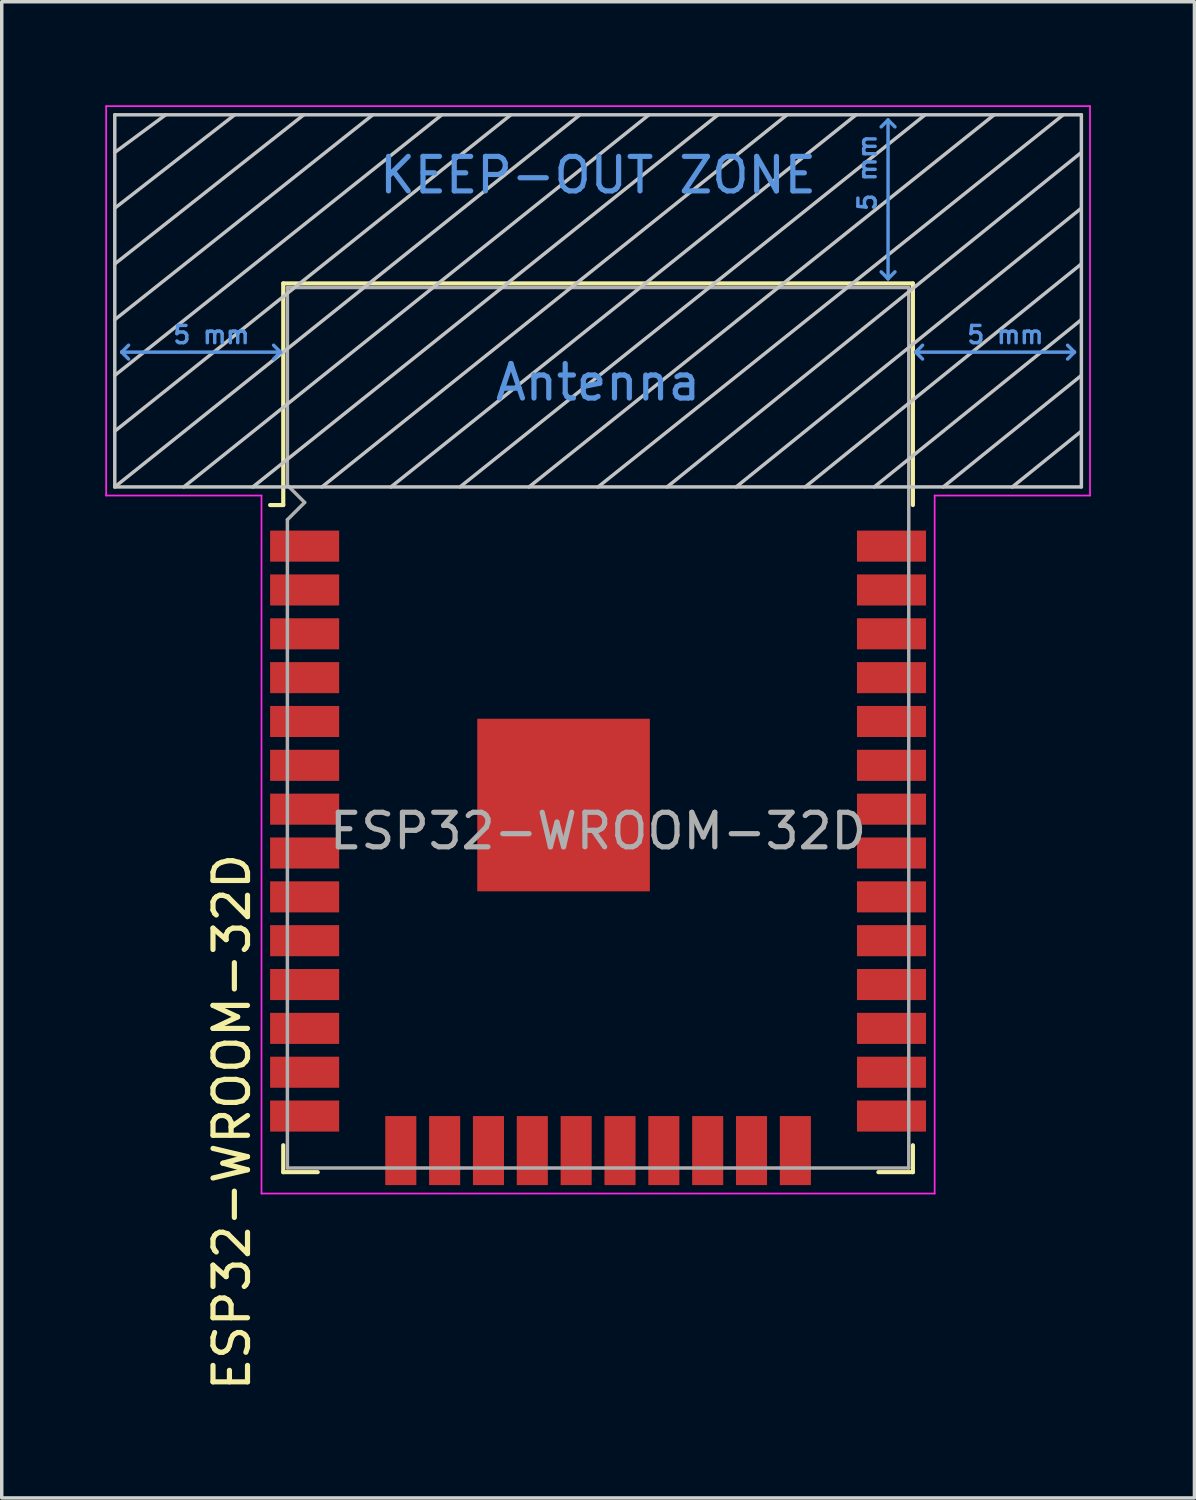
<source format=kicad_pcb>
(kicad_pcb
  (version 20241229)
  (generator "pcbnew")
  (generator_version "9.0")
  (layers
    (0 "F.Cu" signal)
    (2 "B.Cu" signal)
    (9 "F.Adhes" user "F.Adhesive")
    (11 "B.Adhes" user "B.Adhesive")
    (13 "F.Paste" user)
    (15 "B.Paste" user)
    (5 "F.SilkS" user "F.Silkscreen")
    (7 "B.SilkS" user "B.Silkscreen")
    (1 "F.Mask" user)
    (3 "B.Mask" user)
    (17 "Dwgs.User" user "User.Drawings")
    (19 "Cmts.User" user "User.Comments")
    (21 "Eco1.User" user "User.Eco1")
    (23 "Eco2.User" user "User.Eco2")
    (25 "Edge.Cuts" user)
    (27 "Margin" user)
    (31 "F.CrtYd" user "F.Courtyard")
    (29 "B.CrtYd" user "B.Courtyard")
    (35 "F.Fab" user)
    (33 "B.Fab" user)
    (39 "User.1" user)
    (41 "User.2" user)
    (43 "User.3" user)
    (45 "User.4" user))
  (footprint "ESP32-WROOM-32D"
    (layer "F.Cu")
    (at 14.275 21.025)
    (property "Reference" "ESP32-WROOM-32D" (at -10.61 8.43 90) (layer "F.SilkS") (effects (font (size 1 1) (thickness 0.15))))
    (attr smd)
    (fp_line (start -9.12 -15.865) (end -9.12 -9.445) (stroke (width 0.12) (type solid)) (layer "F.SilkS"))
    (fp_line (start -9.12 -15.865) (end 9.12 -15.865) (stroke (width 0.12) (type solid)) (layer "F.SilkS"))
    (fp_line (start -9.12 -9.445) (end -9.5 -9.445) (stroke (width 0.12) (type solid)) (layer "F.SilkS"))
    (fp_line (start -9.12 9.1) (end -9.12 9.88) (stroke (width 0.12) (type solid)) (layer "F.SilkS"))
    (fp_line (start -9.12 9.88) (end -8.12 9.88) (stroke (width 0.12) (type solid)) (layer "F.SilkS"))
    (fp_line (start 9.12 -15.865) (end 9.12 -9.445) (stroke (width 0.12) (type solid)) (layer "F.SilkS"))
    (fp_line (start 9.12 9.1) (end 9.12 9.88) (stroke (width 0.12) (type solid)) (layer "F.SilkS"))
    (fp_line (start 9.12 9.88) (end 8.12 9.88) (stroke (width 0.12) (type solid)) (layer "F.SilkS"))
    (fp_line (start -14 -9.97) (end -14 -20.75) (stroke (width 0.1) (type solid)) (layer "Dwgs.User"))
    (fp_line (start -12.525 -20.75) (end -14 -19.66) (stroke (width 0.1) (type solid)) (layer "Dwgs.User"))
    (fp_line (start -10.525 -20.75) (end -14 -18.045) (stroke (width 0.1) (type solid)) (layer "Dwgs.User"))
    (fp_line (start -8.525 -20.75) (end -14 -16.43) (stroke (width 0.1) (type solid)) (layer "Dwgs.User"))
    (fp_line (start -8 -9.97) (end 5.475 -20.75) (stroke (width 0.1) (type solid)) (layer "Dwgs.User"))
    (fp_line (start -6.525 -20.75) (end -14 -14.815) (stroke (width 0.1) (type solid)) (layer "Dwgs.User"))
    (fp_line (start -4.525 -20.75) (end -14 -13.2) (stroke (width 0.1) (type solid)) (layer "Dwgs.User"))
    (fp_line (start -2.525 -20.75) (end -14 -11.585) (stroke (width 0.1) (type solid)) (layer "Dwgs.User"))
    (fp_line (start -0.525 -20.75) (end -14 -9.97) (stroke (width 0.1) (type solid)) (layer "Dwgs.User"))
    (fp_line (start 1.475 -20.75) (end -12 -9.97) (stroke (width 0.1) (type solid)) (layer "Dwgs.User"))
    (fp_line (start 3.475 -20.75) (end -10 -9.97) (stroke (width 0.1) (type solid)) (layer "Dwgs.User"))
    (fp_line (start 7.475 -20.75) (end -6 -9.97) (stroke (width 0.1) (type solid)) (layer "Dwgs.User"))
    (fp_line (start 9.475 -20.75) (end -4 -9.97) (stroke (width 0.1) (type solid)) (layer "Dwgs.User"))
    (fp_line (start 11.475 -20.75) (end -2 -9.97) (stroke (width 0.1) (type solid)) (layer "Dwgs.User"))
    (fp_line (start 13.475 -20.75) (end 0 -9.97) (stroke (width 0.1) (type solid)) (layer "Dwgs.User"))
    (fp_line (start 14 -20.75) (end -14 -20.75) (stroke (width 0.1) (type solid)) (layer "Dwgs.User"))
    (fp_line (start 14 -19.66) (end 2 -9.97) (stroke (width 0.1) (type solid)) (layer "Dwgs.User"))
    (fp_line (start 14 -18.045) (end 4 -9.97) (stroke (width 0.1) (type solid)) (layer "Dwgs.User"))
    (fp_line (start 14 -16.43) (end 6 -9.97) (stroke (width 0.1) (type solid)) (layer "Dwgs.User"))
    (fp_line (start 14 -14.815) (end 8 -9.97) (stroke (width 0.1) (type solid)) (layer "Dwgs.User"))
    (fp_line (start 14 -13.2) (end 10 -9.97) (stroke (width 0.1) (type solid)) (layer "Dwgs.User"))
    (fp_line (start 14 -11.585) (end 12 -9.97) (stroke (width 0.1) (type solid)) (layer "Dwgs.User"))
    (fp_line (start 14 -9.97) (end -14 -9.97) (stroke (width 0.1) (type solid)) (layer "Dwgs.User"))
    (fp_line (start 14 -9.97) (end 14 -20.75) (stroke (width 0.1) (type solid)) (layer "Dwgs.User"))
    (fp_line (start -13.8 -13.875) (end -13.6 -14.075) (stroke (width 0.1) (type solid)) (layer "Cmts.User"))
    (fp_line (start -13.8 -13.875) (end -13.6 -13.675) (stroke (width 0.1) (type solid)) (layer "Cmts.User"))
    (fp_line (start -13.8 -13.875) (end -9.2 -13.875) (stroke (width 0.1) (type solid)) (layer "Cmts.User"))
    (fp_line (start -9.2 -13.875) (end -9.4 -14.075) (stroke (width 0.1) (type solid)) (layer "Cmts.User"))
    (fp_line (start -9.2 -13.875) (end -9.4 -13.675) (stroke (width 0.1) (type solid)) (layer "Cmts.User"))
    (fp_line (start 8.4 -20.6) (end 8.2 -20.4) (stroke (width 0.1) (type solid)) (layer "Cmts.User"))
    (fp_line (start 8.4 -20.6) (end 8.6 -20.4) (stroke (width 0.1) (type solid)) (layer "Cmts.User"))
    (fp_line (start 8.4 -16) (end 8.2 -16.2) (stroke (width 0.1) (type solid)) (layer "Cmts.User"))
    (fp_line (start 8.4 -16) (end 8.4 -20.6) (stroke (width 0.1) (type solid)) (layer "Cmts.User"))
    (fp_line (start 8.4 -16) (end 8.6 -16.2) (stroke (width 0.1) (type solid)) (layer "Cmts.User"))
    (fp_line (start 9.2 -13.875) (end 9.4 -14.075) (stroke (width 0.1) (type solid)) (layer "Cmts.User"))
    (fp_line (start 9.2 -13.875) (end 9.4 -13.675) (stroke (width 0.1) (type solid)) (layer "Cmts.User"))
    (fp_line (start 9.2 -13.875) (end 13.8 -13.875) (stroke (width 0.1) (type solid)) (layer "Cmts.User"))
    (fp_line (start 13.8 -13.875) (end 13.6 -14.075) (stroke (width 0.1) (type solid)) (layer "Cmts.User"))
    (fp_line (start 13.8 -13.875) (end 13.6 -13.675) (stroke (width 0.1) (type solid)) (layer "Cmts.User"))
    (fp_line (start -14.25 -21) (end -14.25 -9.72) (stroke (width 0.05) (type solid)) (layer "F.CrtYd"))
    (fp_line (start -14.25 -21) (end 14.25 -21) (stroke (width 0.05) (type solid)) (layer "F.CrtYd"))
    (fp_line (start -14.25 -9.72) (end -9.75 -9.72) (stroke (width 0.05) (type solid)) (layer "F.CrtYd"))
    (fp_line (start -9.75 10.5) (end -9.75 -9.72) (stroke (width 0.05) (type solid)) (layer "F.CrtYd"))
    (fp_line (start -9.75 10.5) (end 9.75 10.5) (stroke (width 0.05) (type solid)) (layer "F.CrtYd"))
    (fp_line (start 9.75 -9.72) (end 9.75 10.5) (stroke (width 0.05) (type solid)) (layer "F.CrtYd"))
    (fp_line (start 9.75 -9.72) (end 14.25 -9.72) (stroke (width 0.05) (type solid)) (layer "F.CrtYd"))
    (fp_line (start 14.25 -21) (end 14.25 -9.72) (stroke (width 0.05) (type solid)) (layer "F.CrtYd"))
    (fp_line (start -9 -15.745) (end -9 -10.02) (stroke (width 0.1) (type solid)) (layer "F.Fab"))
    (fp_line (start -9 -15.745) (end 9 -15.745) (stroke (width 0.1) (type solid)) (layer "F.Fab"))
    (fp_line (start -9 -9.02) (end -9 9.76) (stroke (width 0.1) (type solid)) (layer "F.Fab"))
    (fp_line (start -9 -9.02) (end -8.5 -9.52) (stroke (width 0.1) (type solid)) (layer "F.Fab"))
    (fp_line (start -9 9.76) (end 9 9.76) (stroke (width 0.1) (type solid)) (layer "F.Fab"))
    (fp_line (start -8.5 -9.52) (end -9 -10.02) (stroke (width 0.1) (type solid)) (layer "F.Fab"))
    (fp_line (start 9 9.76) (end 9 -15.745) (stroke (width 0.1) (type solid)) (layer "F.Fab"))
    (fp_text user "Antenna" (at 0 -13 0) (layer "Cmts.User") (effects (font (size 1 1) (thickness 0.15))))
    (fp_text user "KEEP-OUT ZONE" (at 0 -19 0) (layer "Cmts.User") (effects (font (size 1 1) (thickness 0.15))))
    (fp_text user "5 mm" (at -11.2 -14.375 0) (layer "Cmts.User") (effects (font (size 0.5 0.5) (thickness 0.1))))
    (fp_text user "5 mm" (at 7.8 -19.075 90) (layer "Cmts.User") (effects (font (size 0.5 0.5) (thickness 0.1))))
    (fp_text user "5 mm" (at 11.8 -14.375 0) (layer "Cmts.User") (effects (font (size 0.5 0.5) (thickness 0.1))))
    (fp_text user "${REFERENCE}" (at 0 0 0) (layer "F.Fab") (effects (font (size 1 1) (thickness 0.15))))
    (pad "1" smd rect (at -8.5 -8.255) (size 2 0.9) (layers "F.Cu" "F.Mask" "F.Paste"))
    (pad "2" smd rect (at -8.5 -6.985) (size 2 0.9) (layers "F.Cu" "F.Mask" "F.Paste"))
    (pad "3" smd rect (at -8.5 -5.715) (size 2 0.9) (layers "F.Cu" "F.Mask" "F.Paste"))
    (pad "4" smd rect (at -8.5 -4.445) (size 2 0.9) (layers "F.Cu" "F.Mask" "F.Paste"))
    (pad "5" smd rect (at -8.5 -3.175) (size 2 0.9) (layers "F.Cu" "F.Mask" "F.Paste"))
    (pad "6" smd rect (at -8.5 -1.905) (size 2 0.9) (layers "F.Cu" "F.Mask" "F.Paste"))
    (pad "7" smd rect (at -8.5 -0.635) (size 2 0.9) (layers "F.Cu" "F.Mask" "F.Paste"))
    (pad "8" smd rect (at -8.5 0.635) (size 2 0.9) (layers "F.Cu" "F.Mask" "F.Paste"))
    (pad "9" smd rect (at -8.5 1.905) (size 2 0.9) (layers "F.Cu" "F.Mask" "F.Paste"))
    (pad "10" smd rect (at -8.5 3.175) (size 2 0.9) (layers "F.Cu" "F.Mask" "F.Paste"))
    (pad "11" smd rect (at -8.5 4.445) (size 2 0.9) (layers "F.Cu" "F.Mask" "F.Paste"))
    (pad "12" smd rect (at -8.5 5.715) (size 2 0.9) (layers "F.Cu" "F.Mask" "F.Paste"))
    (pad "13" smd rect (at -8.5 6.985) (size 2 0.9) (layers "F.Cu" "F.Mask" "F.Paste"))
    (pad "14" smd rect (at -8.5 8.255) (size 2 0.9) (layers "F.Cu" "F.Mask" "F.Paste"))
    (pad "15" smd rect (at -5.715 9.255 90) (size 2 0.9) (layers "F.Cu" "F.Mask" "F.Paste"))
    (pad "16" smd rect (at -4.445 9.255 90) (size 2 0.9) (layers "F.Cu" "F.Mask" "F.Paste"))
    (pad "17" smd rect (at -3.175 9.255 90) (size 2 0.9) (layers "F.Cu" "F.Mask" "F.Paste"))
    (pad "18" smd rect (at -1.905 9.255 90) (size 2 0.9) (layers "F.Cu" "F.Mask" "F.Paste"))
    (pad "19" smd rect (at -0.635 9.255 90) (size 2 0.9) (layers "F.Cu" "F.Mask" "F.Paste"))
    (pad "20" smd rect (at 0.635 9.255 90) (size 2 0.9) (layers "F.Cu" "F.Mask" "F.Paste"))
    (pad "21" smd rect (at 1.905 9.255 90) (size 2 0.9) (layers "F.Cu" "F.Mask" "F.Paste"))
    (pad "22" smd rect (at 3.175 9.255 90) (size 2 0.9) (layers "F.Cu" "F.Mask" "F.Paste"))
    (pad "23" smd rect (at 4.445 9.255 90) (size 2 0.9) (layers "F.Cu" "F.Mask" "F.Paste"))
    (pad "24" smd rect (at 5.715 9.255 90) (size 2 0.9) (layers "F.Cu" "F.Mask" "F.Paste"))
    (pad "25" smd rect (at 8.5 8.255) (size 2 0.9) (layers "F.Cu" "F.Mask" "F.Paste"))
    (pad "26" smd rect (at 8.5 6.985) (size 2 0.9) (layers "F.Cu" "F.Mask" "F.Paste"))
    (pad "27" smd rect (at 8.5 5.715) (size 2 0.9) (layers "F.Cu" "F.Mask" "F.Paste"))
    (pad "28" smd rect (at 8.5 4.445) (size 2 0.9) (layers "F.Cu" "F.Mask" "F.Paste"))
    (pad "29" smd rect (at 8.5 3.175) (size 2 0.9) (layers "F.Cu" "F.Mask" "F.Paste"))
    (pad "30" smd rect (at 8.5 1.905) (size 2 0.9) (layers "F.Cu" "F.Mask" "F.Paste"))
    (pad "31" smd rect (at 8.5 0.635) (size 2 0.9) (layers "F.Cu" "F.Mask" "F.Paste"))
    (pad "32" smd rect (at 8.5 -0.635) (size 2 0.9) (layers "F.Cu" "F.Mask" "F.Paste"))
    (pad "33" smd rect (at 8.5 -1.905) (size 2 0.9) (layers "F.Cu" "F.Mask" "F.Paste"))
    (pad "34" smd rect (at 8.5 -3.175) (size 2 0.9) (layers "F.Cu" "F.Mask" "F.Paste"))
    (pad "35" smd rect (at 8.5 -4.445) (size 2 0.9) (layers "F.Cu" "F.Mask" "F.Paste"))
    (pad "36" smd rect (at 8.5 -5.715) (size 2 0.9) (layers "F.Cu" "F.Mask" "F.Paste"))
    (pad "37" smd rect (at 8.5 -6.985) (size 2 0.9) (layers "F.Cu" "F.Mask" "F.Paste"))
    (pad "38" smd rect (at 8.5 -8.255) (size 2 0.9) (layers "F.Cu" "F.Mask" "F.Paste"))
    (pad "39" smd rect (at -2.4 -2.2) (size 2 2) (layers "F.Cu" "F.Paste"))
    (pad "39" smd rect (at -2.4 0.7) (size 2 2) (layers "F.Cu" "F.Paste"))
    (pad "39" smd rect (at -1 -0.755) (size 5 5) (layers "F.Cu" "F.Mask"))
    (pad "39" smd rect (at 0.4 -2.2) (size 2 2) (layers "F.Cu" "F.Paste"))
    (pad "39" smd rect (at 0.4 0.7) (size 2 2) (layers "F.Cu" "F.Paste")))
  (gr_rect
    (start -3 -3)
    (end 31.55 40.342)
    (stroke (width 0.1) (type default))
    (fill no)
    (layer "Edge.Cuts")))
</source>
